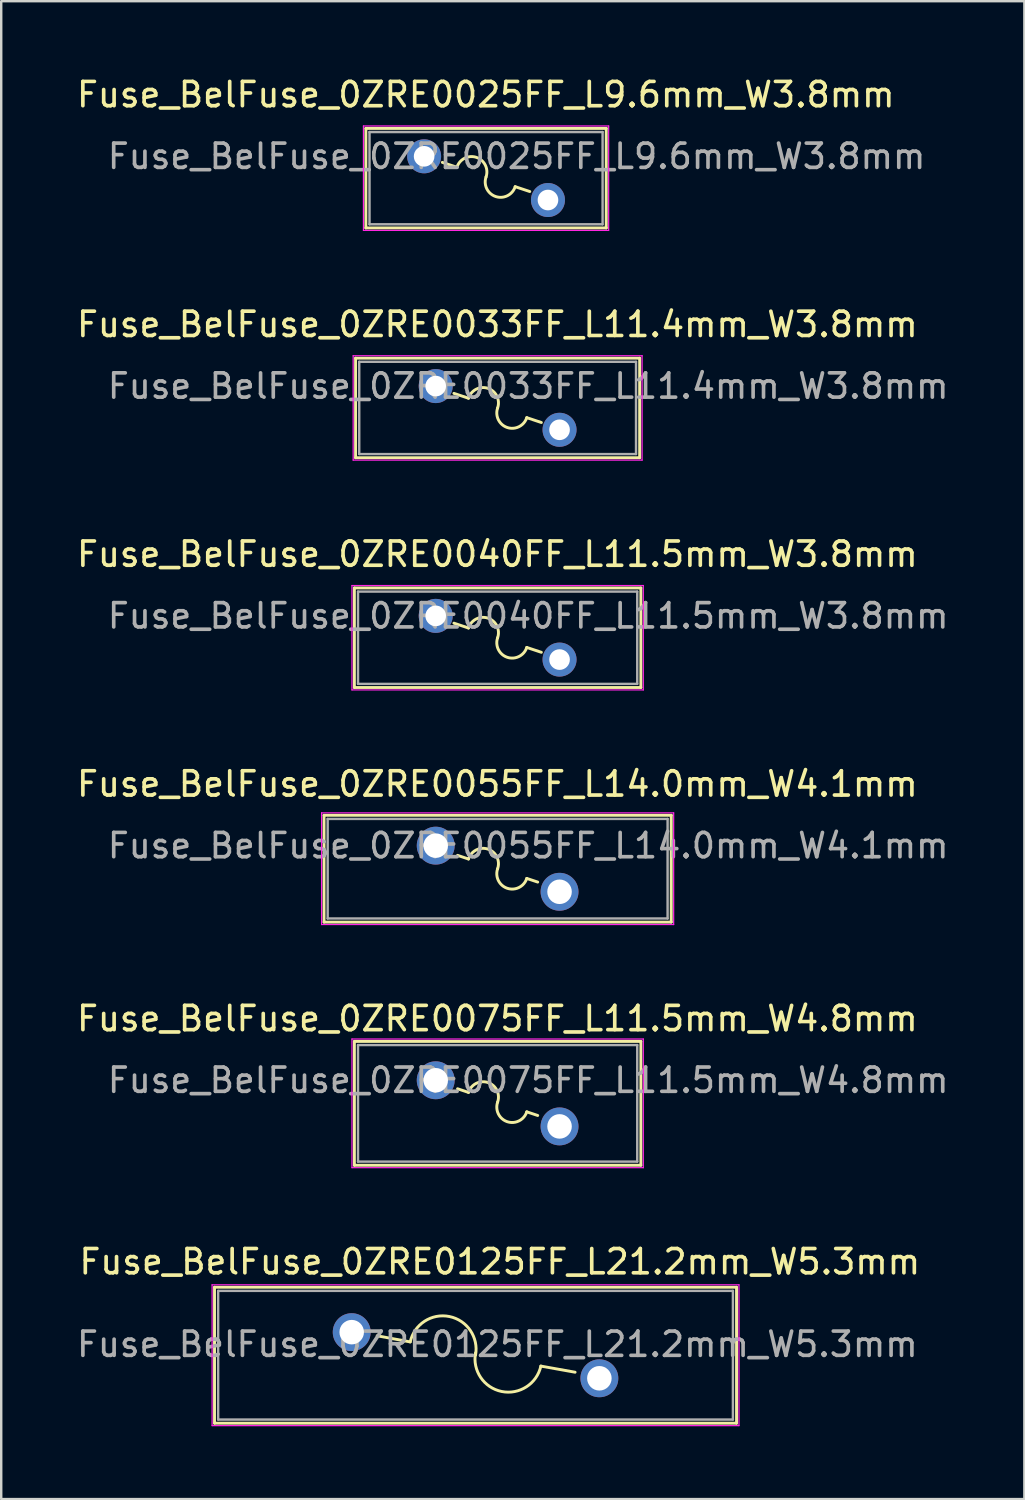
<source format=kicad_pcb>
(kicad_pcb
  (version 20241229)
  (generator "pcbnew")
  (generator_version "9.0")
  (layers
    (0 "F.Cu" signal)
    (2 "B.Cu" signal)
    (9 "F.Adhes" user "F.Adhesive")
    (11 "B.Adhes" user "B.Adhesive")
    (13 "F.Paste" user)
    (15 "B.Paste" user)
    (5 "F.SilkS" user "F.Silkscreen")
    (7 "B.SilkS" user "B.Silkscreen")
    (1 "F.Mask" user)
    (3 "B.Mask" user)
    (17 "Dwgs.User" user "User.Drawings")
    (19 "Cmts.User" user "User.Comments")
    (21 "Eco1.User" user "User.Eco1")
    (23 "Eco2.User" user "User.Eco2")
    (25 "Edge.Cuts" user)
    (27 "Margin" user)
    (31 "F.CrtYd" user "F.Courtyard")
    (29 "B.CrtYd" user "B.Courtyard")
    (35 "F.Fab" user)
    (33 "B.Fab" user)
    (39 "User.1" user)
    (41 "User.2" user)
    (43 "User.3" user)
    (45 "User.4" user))
  (footprint "Fuse_BelFuse_0ZRE0125FF_L21.2mm_W5.3mm"
    (layer "F.Cu")
    (at 11.435 51.815)
    (property "Reference" "Fuse_BelFuse_0ZRE0125FF_L21.2mm_W5.3mm" (at 6.1 -2.9 0) (layer "F.SilkS") (effects (font (size 1 1) (thickness 0.15))))
    (fp_line (start -5.65 -1.85) (end -5.65 3.75) (stroke (width 0.12) (type solid)) (layer "F.SilkS"))
    (fp_line (start -5.65 -1.85) (end 15.85 -1.85) (stroke (width 0.12) (type solid)) (layer "F.SilkS"))
    (fp_line (start -5.65 3.75) (end 15.85 3.75) (stroke (width 0.12) (type solid)) (layer "F.SilkS"))
    (fp_line (start 1.05 0.15) (end 2.41 0.402) (stroke (width 0.12) (type solid)) (layer "F.SilkS"))
    (fp_line (start 7.79 1.398) (end 9.2 1.65) (stroke (width 0.12) (type solid)) (layer "F.SilkS"))
    (fp_line (start 15.85 -1.85) (end 15.85 3.75) (stroke (width 0.12) (type solid)) (layer "F.SilkS"))
    (fp_arc (start 2.409742 0.402167) (mid 4.02396 -0.64534) (end 5.099999 0.95) (stroke (width 0.12) (type solid)) (layer "F.SilkS"))
    (fp_arc (start 7.790258 1.397834) (mid 6.17604 2.445341) (end 5.100001 0.850001) (stroke (width 0.12) (type solid)) (layer "F.SilkS"))
    (fp_line (start -5.75 -1.95) (end -5.75 3.85) (stroke (width 0.05) (type solid)) (layer "F.CrtYd"))
    (fp_line (start -5.75 -1.95) (end 15.95 -1.95) (stroke (width 0.05) (type solid)) (layer "F.CrtYd"))
    (fp_line (start -5.75 3.85) (end 15.95 3.85) (stroke (width 0.05) (type solid)) (layer "F.CrtYd"))
    (fp_line (start 15.95 -1.95) (end 15.95 3.85) (stroke (width 0.05) (type solid)) (layer "F.CrtYd"))
    (fp_line (start -5.5 -1.7) (end -5.5 3.6) (stroke (width 0.1) (type solid)) (layer "F.Fab"))
    (fp_line (start -5.5 -1.7) (end 15.7 -1.7) (stroke (width 0.1) (type solid)) (layer "F.Fab"))
    (fp_line (start -5.5 3.6) (end 15.7 3.6) (stroke (width 0.1) (type solid)) (layer "F.Fab"))
    (fp_line (start 15.7 -1.7) (end 15.7 3.6) (stroke (width 0.1) (type solid)) (layer "F.Fab"))
    (fp_text user "${REFERENCE}" (at 6 0.5 0) (layer "F.Fab") (effects (font (size 1 1) (thickness 0.15))))
    (pad "1" thru_hole circle (at 0 0) (size 1.56 1.56) (drill 1.01) (layers "*.Cu" "*.Mask"))
    (pad "2" thru_hole circle (at 10.2 1.9) (size 1.56 1.56) (drill 1.01) (layers "*.Cu" "*.Mask")))
  (footprint "Fuse_BelFuse_0ZRE0033FF_L11.4mm_W3.8mm"
    (layer "F.Cu")
    (at 14.895 12.851)
    (property "Reference" "Fuse_BelFuse_0ZRE0033FF_L11.4mm_W3.8mm" (at 2.54 -2.54 0) (layer "F.SilkS") (effects (font (size 1 1) (thickness 0.15))))
    (fp_line (start -3.3 -1.15) (end -3.3 2.95) (stroke (width 0.12) (type solid)) (layer "F.SilkS"))
    (fp_line (start -3.3 -1.15) (end 8.4 -1.15) (stroke (width 0.12) (type solid)) (layer "F.SilkS"))
    (fp_line (start -3.3 2.95) (end 8.4 2.95) (stroke (width 0.12) (type solid)) (layer "F.SilkS"))
    (fp_line (start 0.75 0.3) (end 1.35 0.5) (stroke (width 0.12) (type solid)) (layer "F.SilkS"))
    (fp_line (start 3.75 1.3) (end 4.35 1.5) (stroke (width 0.12) (type solid)) (layer "F.SilkS"))
    (fp_line (start 8.4 -1.15) (end 8.4 2.95) (stroke (width 0.12) (type solid)) (layer "F.SilkS"))
    (fp_arc (start 1.350003 0.500002) (mid 2.150001 0.100002) (end 2.550001 0.9) (stroke (width 0.12) (type solid)) (layer "F.SilkS"))
    (fp_arc (start 3.749999 1.299998) (mid 2.950001 1.699998) (end 2.550001 0.9) (stroke (width 0.12) (type solid)) (layer "F.SilkS"))
    (fp_line (start -3.4 -1.25) (end -3.4 3.05) (stroke (width 0.05) (type solid)) (layer "F.CrtYd"))
    (fp_line (start -3.4 -1.25) (end 8.5 -1.25) (stroke (width 0.05) (type solid)) (layer "F.CrtYd"))
    (fp_line (start -3.4 3.05) (end 8.5 3.05) (stroke (width 0.05) (type solid)) (layer "F.CrtYd"))
    (fp_line (start 8.5 -1.25) (end 8.5 3.05) (stroke (width 0.05) (type solid)) (layer "F.CrtYd"))
    (fp_line (start -3.15 -1) (end -3.15 2.8) (stroke (width 0.1) (type solid)) (layer "F.Fab"))
    (fp_line (start -3.15 -1) (end 8.25 -1) (stroke (width 0.1) (type solid)) (layer "F.Fab"))
    (fp_line (start -3.15 2.8) (end 8.25 2.8) (stroke (width 0.1) (type solid)) (layer "F.Fab"))
    (fp_line (start 8.25 -1) (end 8.25 2.8) (stroke (width 0.1) (type solid)) (layer "F.Fab"))
    (fp_text user "${REFERENCE}" (at 3.81 0 0) (layer "F.Fab") (effects (font (size 1 1) (thickness 0.15))))
    (pad "1" thru_hole circle (at 0 0) (size 1.4 1.4) (drill 0.85) (layers "*.Cu" "*.Mask"))
    (pad "2" thru_hole circle (at 5.1 1.8) (size 1.4 1.4) (drill 0.85) (layers "*.Cu" "*.Mask")))
  (footprint "Fuse_BelFuse_0ZRE0075FF_L11.5mm_W4.8mm"
    (layer "F.Cu")
    (at 14.895 41.441)
    (property "Reference" "Fuse_BelFuse_0ZRE0075FF_L11.5mm_W4.8mm" (at 2.54 -2.54 0) (layer "F.SilkS") (effects (font (size 1 1) (thickness 0.15))))
    (fp_line (start -3.35 -1.6) (end -3.35 3.5) (stroke (width 0.12) (type solid)) (layer "F.SilkS"))
    (fp_line (start -3.35 -1.6) (end 8.45 -1.6) (stroke (width 0.12) (type solid)) (layer "F.SilkS"))
    (fp_line (start -3.35 3.5) (end 8.45 3.5) (stroke (width 0.12) (type solid)) (layer "F.SilkS"))
    (fp_line (start 0.9 0.35) (end 1.35 0.5) (stroke (width 0.12) (type solid)) (layer "F.SilkS"))
    (fp_line (start 3.75 1.3) (end 4.2 1.45) (stroke (width 0.12) (type solid)) (layer "F.SilkS"))
    (fp_line (start 8.45 -1.6) (end 8.45 3.5) (stroke (width 0.12) (type solid)) (layer "F.SilkS"))
    (fp_arc (start 1.350003 0.500002) (mid 2.150001 0.100002) (end 2.550001 0.9) (stroke (width 0.12) (type solid)) (layer "F.SilkS"))
    (fp_arc (start 3.749999 1.299998) (mid 2.950001 1.699998) (end 2.550001 0.9) (stroke (width 0.12) (type solid)) (layer "F.SilkS"))
    (fp_line (start -3.45 -1.7) (end -3.45 3.6) (stroke (width 0.05) (type solid)) (layer "F.CrtYd"))
    (fp_line (start -3.45 -1.7) (end 8.55 -1.7) (stroke (width 0.05) (type solid)) (layer "F.CrtYd"))
    (fp_line (start -3.45 3.6) (end 8.55 3.6) (stroke (width 0.05) (type solid)) (layer "F.CrtYd"))
    (fp_line (start 8.55 -1.7) (end 8.55 3.6) (stroke (width 0.05) (type solid)) (layer "F.CrtYd"))
    (fp_line (start -3.2 -1.45) (end -3.2 3.35) (stroke (width 0.1) (type solid)) (layer "F.Fab"))
    (fp_line (start -3.2 -1.45) (end 8.3 -1.45) (stroke (width 0.1) (type solid)) (layer "F.Fab"))
    (fp_line (start -3.2 3.35) (end 8.3 3.35) (stroke (width 0.1) (type solid)) (layer "F.Fab"))
    (fp_line (start 8.3 -1.45) (end 8.3 3.35) (stroke (width 0.1) (type solid)) (layer "F.Fab"))
    (fp_text user "${REFERENCE}" (at 3.81 0 0) (layer "F.Fab") (effects (font (size 1 1) (thickness 0.15))))
    (pad "1" thru_hole circle (at 0 0) (size 1.56 1.56) (drill 1.01) (layers "*.Cu" "*.Mask"))
    (pad "2" thru_hole circle (at 5.1 1.9) (size 1.56 1.56) (drill 1.01) (layers "*.Cu" "*.Mask")))
  (footprint "Fuse_BelFuse_0ZRE0040FF_L11.5mm_W3.8mm"
    (layer "F.Cu")
    (at 14.895 22.315)
    (property "Reference" "Fuse_BelFuse_0ZRE0040FF_L11.5mm_W3.8mm" (at 2.54 -2.54 0) (layer "F.SilkS") (effects (font (size 1 1) (thickness 0.15))))
    (fp_line (start -3.35 -1.15) (end -3.35 2.95) (stroke (width 0.12) (type solid)) (layer "F.SilkS"))
    (fp_line (start -3.35 -1.15) (end 8.45 -1.15) (stroke (width 0.12) (type solid)) (layer "F.SilkS"))
    (fp_line (start -3.35 2.95) (end 8.45 2.95) (stroke (width 0.12) (type solid)) (layer "F.SilkS"))
    (fp_line (start 0.75 0.3) (end 1.35 0.5) (stroke (width 0.12) (type solid)) (layer "F.SilkS"))
    (fp_line (start 3.75 1.3) (end 4.35 1.5) (stroke (width 0.12) (type solid)) (layer "F.SilkS"))
    (fp_line (start 8.45 -1.15) (end 8.45 2.95) (stroke (width 0.12) (type solid)) (layer "F.SilkS"))
    (fp_arc (start 1.350003 0.500002) (mid 2.150001 0.100002) (end 2.550001 0.9) (stroke (width 0.12) (type solid)) (layer "F.SilkS"))
    (fp_arc (start 3.749999 1.299998) (mid 2.950001 1.699998) (end 2.550001 0.9) (stroke (width 0.12) (type solid)) (layer "F.SilkS"))
    (fp_line (start -3.45 -1.25) (end -3.45 3.05) (stroke (width 0.05) (type solid)) (layer "F.CrtYd"))
    (fp_line (start -3.45 -1.25) (end 8.55 -1.25) (stroke (width 0.05) (type solid)) (layer "F.CrtYd"))
    (fp_line (start -3.45 3.05) (end 8.55 3.05) (stroke (width 0.05) (type solid)) (layer "F.CrtYd"))
    (fp_line (start 8.55 -1.25) (end 8.55 3.05) (stroke (width 0.05) (type solid)) (layer "F.CrtYd"))
    (fp_line (start -3.2 -1) (end -3.2 2.8) (stroke (width 0.1) (type solid)) (layer "F.Fab"))
    (fp_line (start -3.2 -1) (end 8.3 -1) (stroke (width 0.1) (type solid)) (layer "F.Fab"))
    (fp_line (start -3.2 2.8) (end 8.3 2.8) (stroke (width 0.1) (type solid)) (layer "F.Fab"))
    (fp_line (start 8.3 -1) (end 8.3 2.8) (stroke (width 0.1) (type solid)) (layer "F.Fab"))
    (fp_text user "${REFERENCE}" (at 3.81 0 0) (layer "F.Fab") (effects (font (size 1 1) (thickness 0.15))))
    (pad "1" thru_hole circle (at 0 0) (size 1.4 1.4) (drill 0.85) (layers "*.Cu" "*.Mask"))
    (pad "2" thru_hole circle (at 5.1 1.8) (size 1.4 1.4) (drill 0.85) (layers "*.Cu" "*.Mask")))
  (footprint "Fuse_BelFuse_0ZRE0055FF_L14.0mm_W4.1mm"
    (layer "F.Cu")
    (at 14.895 31.778)
    (property "Reference" "Fuse_BelFuse_0ZRE0055FF_L14.0mm_W4.1mm" (at 2.54 -2.54 0) (layer "F.SilkS") (effects (font (size 1 1) (thickness 0.15))))
    (fp_line (start -4.6 -1.25) (end -4.6 3.15) (stroke (width 0.12) (type solid)) (layer "F.SilkS"))
    (fp_line (start -4.6 -1.25) (end 9.7 -1.25) (stroke (width 0.12) (type solid)) (layer "F.SilkS"))
    (fp_line (start -4.6 3.15) (end 9.7 3.15) (stroke (width 0.12) (type solid)) (layer "F.SilkS"))
    (fp_line (start 0.9 0.4) (end 1.35 0.55) (stroke (width 0.12) (type solid)) (layer "F.SilkS"))
    (fp_line (start 3.75 1.35) (end 4.2 1.5) (stroke (width 0.12) (type solid)) (layer "F.SilkS"))
    (fp_line (start 9.7 -1.25) (end 9.7 3.15) (stroke (width 0.12) (type solid)) (layer "F.SilkS"))
    (fp_arc (start 1.350003 0.550002) (mid 2.150001 0.150002) (end 2.550001 0.95) (stroke (width 0.12) (type solid)) (layer "F.SilkS"))
    (fp_arc (start 3.749999 1.349998) (mid 2.950001 1.749998) (end 2.550001 0.95) (stroke (width 0.12) (type solid)) (layer "F.SilkS"))
    (fp_line (start -4.7 -1.35) (end -4.7 3.25) (stroke (width 0.05) (type solid)) (layer "F.CrtYd"))
    (fp_line (start -4.7 -1.35) (end 9.8 -1.35) (stroke (width 0.05) (type solid)) (layer "F.CrtYd"))
    (fp_line (start -4.7 3.25) (end 9.8 3.25) (stroke (width 0.05) (type solid)) (layer "F.CrtYd"))
    (fp_line (start 9.8 -1.35) (end 9.8 3.25) (stroke (width 0.05) (type solid)) (layer "F.CrtYd"))
    (fp_line (start -4.45 -1.1) (end -4.45 3) (stroke (width 0.1) (type solid)) (layer "F.Fab"))
    (fp_line (start -4.45 -1.1) (end 9.55 -1.1) (stroke (width 0.1) (type solid)) (layer "F.Fab"))
    (fp_line (start -4.45 3) (end 9.55 3) (stroke (width 0.1) (type solid)) (layer "F.Fab"))
    (fp_line (start 9.55 -1.1) (end 9.55 3) (stroke (width 0.1) (type solid)) (layer "F.Fab"))
    (fp_text user "${REFERENCE}" (at 3.81 0 0) (layer "F.Fab") (effects (font (size 1 1) (thickness 0.15))))
    (pad "1" thru_hole circle (at 0 0) (size 1.56 1.56) (drill 1.01) (layers "*.Cu" "*.Mask"))
    (pad "2" thru_hole circle (at 5.1 1.9) (size 1.56 1.56) (drill 1.01) (layers "*.Cu" "*.Mask")))
  (footprint "Fuse_BelFuse_0ZRE0025FF_L9.6mm_W3.8mm"
    (layer "F.Cu")
    (at 14.418 3.388)
    (property "Reference" "Fuse_BelFuse_0ZRE0025FF_L9.6mm_W3.8mm" (at 2.54 -2.54 0) (layer "F.SilkS") (effects (font (size 1 1) (thickness 0.15))))
    (fp_line (start -2.4 -1.15) (end -2.4 2.95) (stroke (width 0.12) (type solid)) (layer "F.SilkS"))
    (fp_line (start -2.4 -1.15) (end 7.5 -1.15) (stroke (width 0.12) (type solid)) (layer "F.SilkS"))
    (fp_line (start -2.4 2.95) (end 7.5 2.95) (stroke (width 0.12) (type solid)) (layer "F.SilkS"))
    (fp_line (start 0.75 0.25) (end 1.35 0.45) (stroke (width 0.12) (type solid)) (layer "F.SilkS"))
    (fp_line (start 3.75 1.25) (end 4.35 1.45) (stroke (width 0.12) (type solid)) (layer "F.SilkS"))
    (fp_line (start 7.5 -1.15) (end 7.5 2.95) (stroke (width 0.12) (type solid)) (layer "F.SilkS"))
    (fp_arc (start 1.350003 0.450002) (mid 2.150001 0.050002) (end 2.550001 0.85) (stroke (width 0.12) (type solid)) (layer "F.SilkS"))
    (fp_arc (start 3.749999 1.249998) (mid 2.950001 1.649998) (end 2.550001 0.85) (stroke (width 0.12) (type solid)) (layer "F.SilkS"))
    (fp_line (start -2.5 -1.25) (end -2.5 3.05) (stroke (width 0.05) (type solid)) (layer "F.CrtYd"))
    (fp_line (start -2.5 -1.25) (end 7.6 -1.25) (stroke (width 0.05) (type solid)) (layer "F.CrtYd"))
    (fp_line (start -2.5 3.05) (end 7.6 3.05) (stroke (width 0.05) (type solid)) (layer "F.CrtYd"))
    (fp_line (start 7.6 -1.25) (end 7.6 3.05) (stroke (width 0.05) (type solid)) (layer "F.CrtYd"))
    (fp_line (start -2.25 -1) (end -2.25 2.8) (stroke (width 0.1) (type solid)) (layer "F.Fab"))
    (fp_line (start -2.25 -1) (end 7.35 -1) (stroke (width 0.1) (type solid)) (layer "F.Fab"))
    (fp_line (start -2.25 2.8) (end 7.35 2.8) (stroke (width 0.1) (type solid)) (layer "F.Fab"))
    (fp_line (start 7.35 -1) (end 7.35 2.8) (stroke (width 0.1) (type solid)) (layer "F.Fab"))
    (fp_text user "${REFERENCE}" (at 3.81 0 0) (layer "F.Fab") (effects (font (size 1 1) (thickness 0.15))))
    (pad "1" thru_hole circle (at 0 0) (size 1.4 1.4) (drill 0.85) (layers "*.Cu" "*.Mask"))
    (pad "2" thru_hole circle (at 5.1 1.8) (size 1.4 1.4) (drill 0.85) (layers "*.Cu" "*.Mask")))
  (gr_rect
    (start -3 -3)
    (end 39.139 58.69)
    (stroke (width 0.1) (type default))
    (fill no)
    (layer "Edge.Cuts")))
</source>
